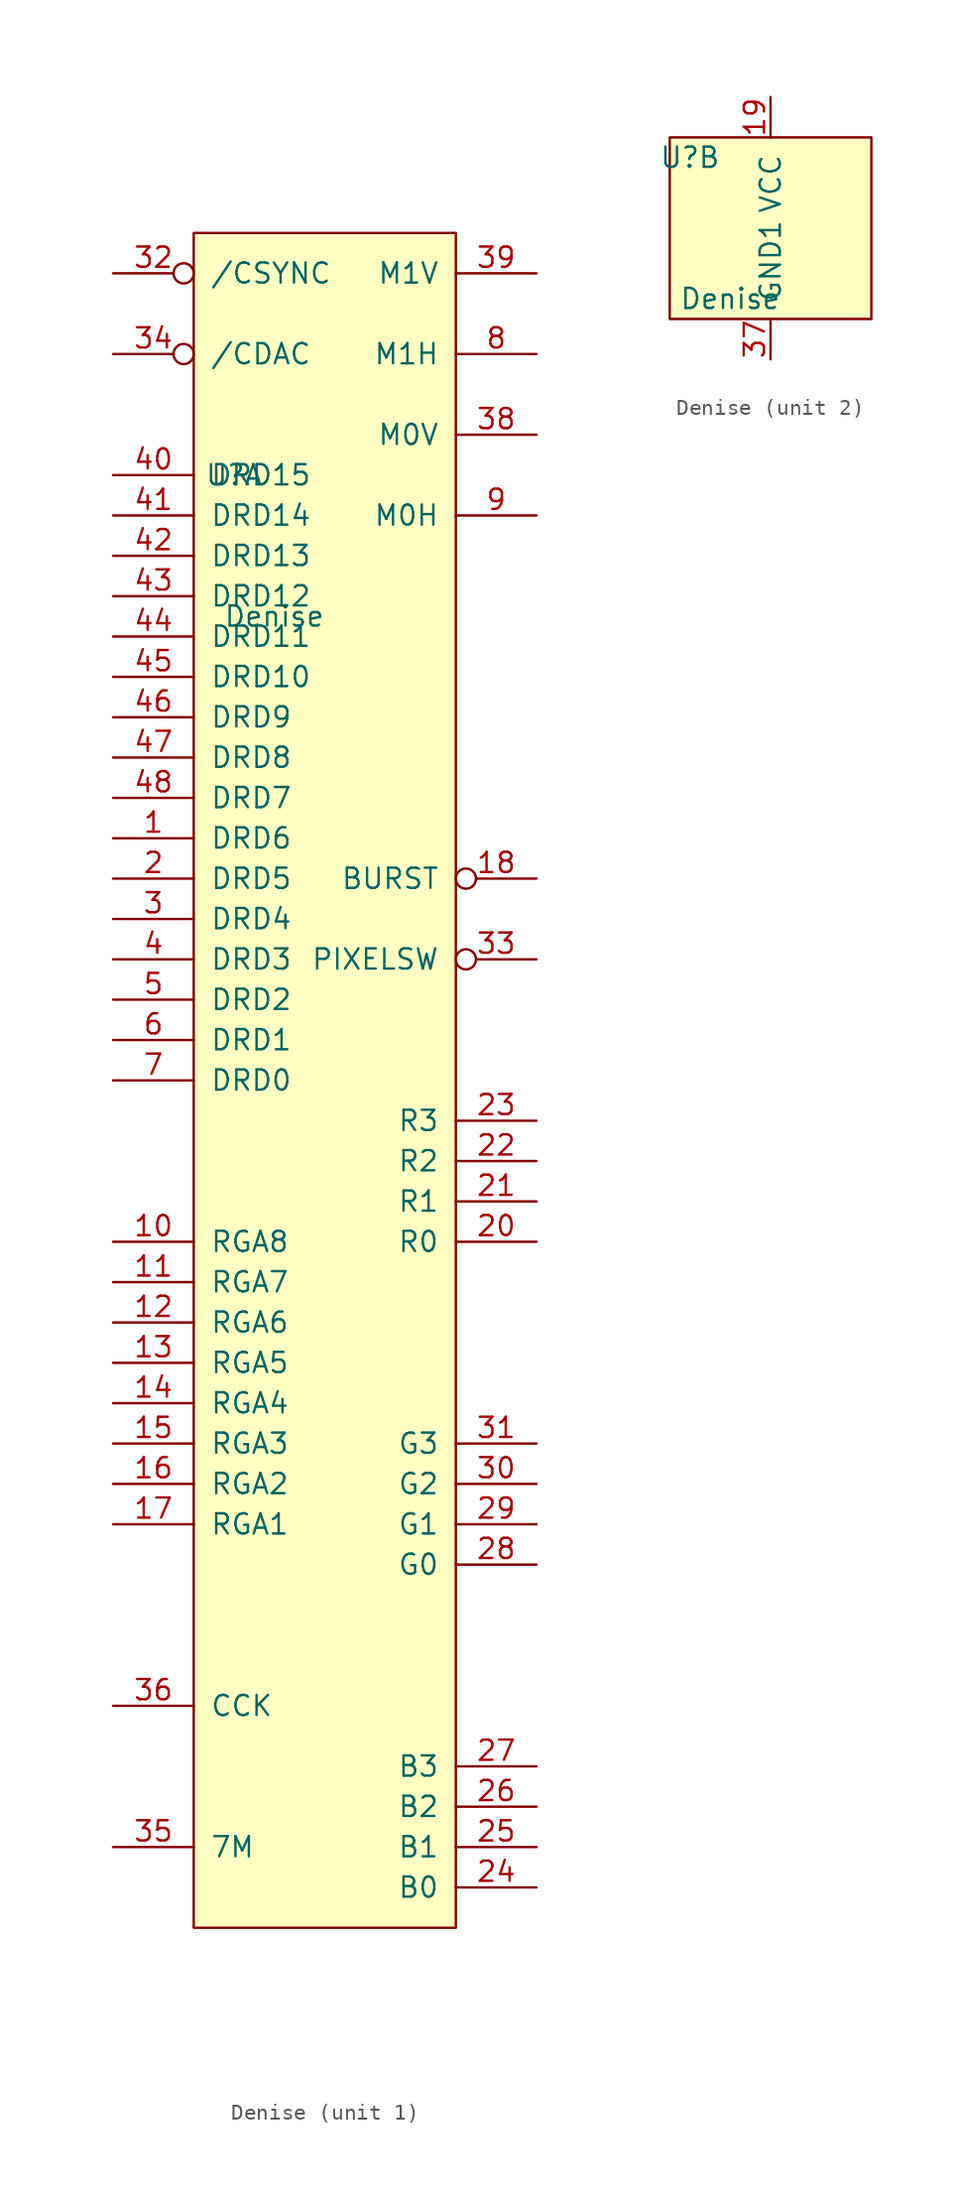
<source format=kicad_sym>
(kicad_symbol_lib
  (version 20211014)
  (generator kicad_symbol_editor)
  (symbol "Denise"
    (pin_names
      (offset 1.016))
    (property "Reference" "U"
      (at -5.08 5.08 0)
      (effects (font (size 1.27 1.27))))
    (property "Value" "Denise"
      (at -2.54 -3.81 0)
      (effects (font (size 1.27 1.27))))
    (property "ki_locked" ""
      (at 0 0 0)
      (effects (font (size 1.27 1.27))))
    (symbol "Denise_1_1"
      (rectangle (start -7.62 20.32) (end 8.89 -86.36) (stroke (width 0) (type default) (color 0 0 0 0)) (fill (type background)))
      (pin bidirectional line (at -12.7 -17.78 0) (length 5.08) (name "DRD6" (effects (font (size 1.27 1.27)))) (number "1" (effects (font (size 1.27 1.27)))))
      (pin input line (at -12.7 -43.18 0) (length 5.08) (name "RGA8" (effects (font (size 1.27 1.27)))) (number "10" (effects (font (size 1.27 1.27)))))
      (pin input line (at -12.7 -45.72 0) (length 5.08) (name "RGA7" (effects (font (size 1.27 1.27)))) (number "11" (effects (font (size 1.27 1.27)))))
      (pin input line (at -12.7 -48.26 0) (length 5.08) (name "RGA6" (effects (font (size 1.27 1.27)))) (number "12" (effects (font (size 1.27 1.27)))))
      (pin input line (at -12.7 -50.8 0) (length 5.08) (name "RGA5" (effects (font (size 1.27 1.27)))) (number "13" (effects (font (size 1.27 1.27)))))
      (pin input line (at -12.7 -53.34 0) (length 5.08) (name "RGA4" (effects (font (size 1.27 1.27)))) (number "14" (effects (font (size 1.27 1.27)))))
      (pin input line (at -12.7 -55.88 0) (length 5.08) (name "RGA3" (effects (font (size 1.27 1.27)))) (number "15" (effects (font (size 1.27 1.27)))))
      (pin input line (at -12.7 -58.42 0) (length 5.08) (name "RGA2" (effects (font (size 1.27 1.27)))) (number "16" (effects (font (size 1.27 1.27)))))
      (pin input line (at -12.7 -60.96 0) (length 5.08) (name "RGA1" (effects (font (size 1.27 1.27)))) (number "17" (effects (font (size 1.27 1.27)))))
      (pin output inverted (at 13.97 -20.32 180) (length 5.08) (name "BURST" (effects (font (size 1.27 1.27)))) (number "18" (effects (font (size 1.27 1.27)))))
      (pin bidirectional line (at -12.7 -20.32 0) (length 5.08) (name "DRD5" (effects (font (size 1.27 1.27)))) (number "2" (effects (font (size 1.27 1.27)))))
      (pin output line (at 13.97 -43.18 180) (length 5.08) (name "R0" (effects (font (size 1.27 1.27)))) (number "20" (effects (font (size 1.27 1.27)))))
      (pin output line (at 13.97 -40.64 180) (length 5.08) (name "R1" (effects (font (size 1.27 1.27)))) (number "21" (effects (font (size 1.27 1.27)))))
      (pin output line (at 13.97 -38.1 180) (length 5.08) (name "R2" (effects (font (size 1.27 1.27)))) (number "22" (effects (font (size 1.27 1.27)))))
      (pin output line (at 13.97 -35.56 180) (length 5.08) (name "R3" (effects (font (size 1.27 1.27)))) (number "23" (effects (font (size 1.27 1.27)))))
      (pin output line (at 13.97 -83.82 180) (length 5.08) (name "B0" (effects (font (size 1.27 1.27)))) (number "24" (effects (font (size 1.27 1.27)))))
      (pin output line (at 13.97 -81.28 180) (length 5.08) (name "B1" (effects (font (size 1.27 1.27)))) (number "25" (effects (font (size 1.27 1.27)))))
      (pin output line (at 13.97 -78.74 180) (length 5.08) (name "B2" (effects (font (size 1.27 1.27)))) (number "26" (effects (font (size 1.27 1.27)))))
      (pin output line (at 13.97 -76.2 180) (length 5.08) (name "B3" (effects (font (size 1.27 1.27)))) (number "27" (effects (font (size 1.27 1.27)))))
      (pin output line (at 13.97 -63.5 180) (length 5.08) (name "G0" (effects (font (size 1.27 1.27)))) (number "28" (effects (font (size 1.27 1.27)))))
      (pin output line (at 13.97 -60.96 180) (length 5.08) (name "G1" (effects (font (size 1.27 1.27)))) (number "29" (effects (font (size 1.27 1.27)))))
      (pin bidirectional line (at -12.7 -22.86 0) (length 5.08) (name "DRD4" (effects (font (size 1.27 1.27)))) (number "3" (effects (font (size 1.27 1.27)))))
      (pin output line (at 13.97 -58.42 180) (length 5.08) (name "G2" (effects (font (size 1.27 1.27)))) (number "30" (effects (font (size 1.27 1.27)))))
      (pin output line (at 13.97 -55.88 180) (length 5.08) (name "G3" (effects (font (size 1.27 1.27)))) (number "31" (effects (font (size 1.27 1.27)))))
      (pin input inverted (at -12.7 17.78 0) (length 5.08) (name "/CSYNC" (effects (font (size 1.27 1.27)))) (number "32" (effects (font (size 1.27 1.27)))))
      (pin output inverted (at 13.97 -25.4 180) (length 5.08) (name "PIXELSW" (effects (font (size 1.27 1.27)))) (number "33" (effects (font (size 1.27 1.27)))))
      (pin input inverted (at -12.7 12.7 0) (length 5.08) (name "/CDAC" (effects (font (size 1.27 1.27)))) (number "34" (effects (font (size 1.27 1.27)))))
      (pin input line (at -12.7 -81.28 0) (length 5.08) (name "7M" (effects (font (size 1.27 1.27)))) (number "35" (effects (font (size 1.27 1.27)))))
      (pin input line (at -12.7 -72.39 0) (length 5.08) (name "CCK" (effects (font (size 1.27 1.27)))) (number "36" (effects (font (size 1.27 1.27)))))
      (pin input line (at 13.97 7.62 180) (length 5.08) (name "M0V" (effects (font (size 1.27 1.27)))) (number "38" (effects (font (size 1.27 1.27)))))
      (pin input line (at 13.97 17.78 180) (length 5.08) (name "M1V" (effects (font (size 1.27 1.27)))) (number "39" (effects (font (size 1.27 1.27)))))
      (pin bidirectional line (at -12.7 -25.4 0) (length 5.08) (name "DRD3" (effects (font (size 1.27 1.27)))) (number "4" (effects (font (size 1.27 1.27)))))
      (pin bidirectional line (at -12.7 5.08 0) (length 5.08) (name "DRD15" (effects (font (size 1.27 1.27)))) (number "40" (effects (font (size 1.27 1.27)))))
      (pin bidirectional line (at -12.7 2.54 0) (length 5.08) (name "DRD14" (effects (font (size 1.27 1.27)))) (number "41" (effects (font (size 1.27 1.27)))))
      (pin bidirectional line (at -12.7 0 0) (length 5.08) (name "DRD13" (effects (font (size 1.27 1.27)))) (number "42" (effects (font (size 1.27 1.27)))))
      (pin bidirectional line (at -12.7 -2.54 0) (length 5.08) (name "DRD12" (effects (font (size 1.27 1.27)))) (number "43" (effects (font (size 1.27 1.27)))))
      (pin bidirectional line (at -12.7 -5.08 0) (length 5.08) (name "DRD11" (effects (font (size 1.27 1.27)))) (number "44" (effects (font (size 1.27 1.27)))))
      (pin bidirectional line (at -12.7 -7.62 0) (length 5.08) (name "DRD10" (effects (font (size 1.27 1.27)))) (number "45" (effects (font (size 1.27 1.27)))))
      (pin bidirectional line (at -12.7 -10.16 0) (length 5.08) (name "DRD9" (effects (font (size 1.27 1.27)))) (number "46" (effects (font (size 1.27 1.27)))))
      (pin bidirectional line (at -12.7 -12.7 0) (length 5.08) (name "DRD8" (effects (font (size 1.27 1.27)))) (number "47" (effects (font (size 1.27 1.27)))))
      (pin bidirectional line (at -12.7 -15.24 0) (length 5.08) (name "DRD7" (effects (font (size 1.27 1.27)))) (number "48" (effects (font (size 1.27 1.27)))))
      (pin bidirectional line (at -12.7 -27.94 0) (length 5.08) (name "DRD2" (effects (font (size 1.27 1.27)))) (number "5" (effects (font (size 1.27 1.27)))))
      (pin bidirectional line (at -12.7 -30.48 0) (length 5.08) (name "DRD1" (effects (font (size 1.27 1.27)))) (number "6" (effects (font (size 1.27 1.27)))))
      (pin bidirectional line (at -12.7 -33.02 0) (length 5.08) (name "DRD0" (effects (font (size 1.27 1.27)))) (number "7" (effects (font (size 1.27 1.27)))))
      (pin input line (at 13.97 12.7 180) (length 5.08) (name "M1H" (effects (font (size 1.27 1.27)))) (number "8" (effects (font (size 1.27 1.27)))))
      (pin input line (at 13.97 2.54 180) (length 5.08) (name "M0H" (effects (font (size 1.27 1.27)))) (number "9" (effects (font (size 1.27 1.27))))))
    (symbol "Denise_2_1"
      (rectangle (start -6.35 6.35) (end 6.35 -5.08) (stroke (width 0) (type default) (color 0 0 0 0)) (fill (type background)))
      (pin power_in line (at 0 8.89 270) (length 2.54) (name "VCC" (effects (font (size 1.27 1.27)))) (number "19" (effects (font (size 1.27 1.27)))))
      (pin power_in line (at 0 -7.62 90) (length 2.54) (name "GND1" (effects (font (size 1.27 1.27)))) (number "37" (effects (font (size 1.27 1.27))))))))
</source>
